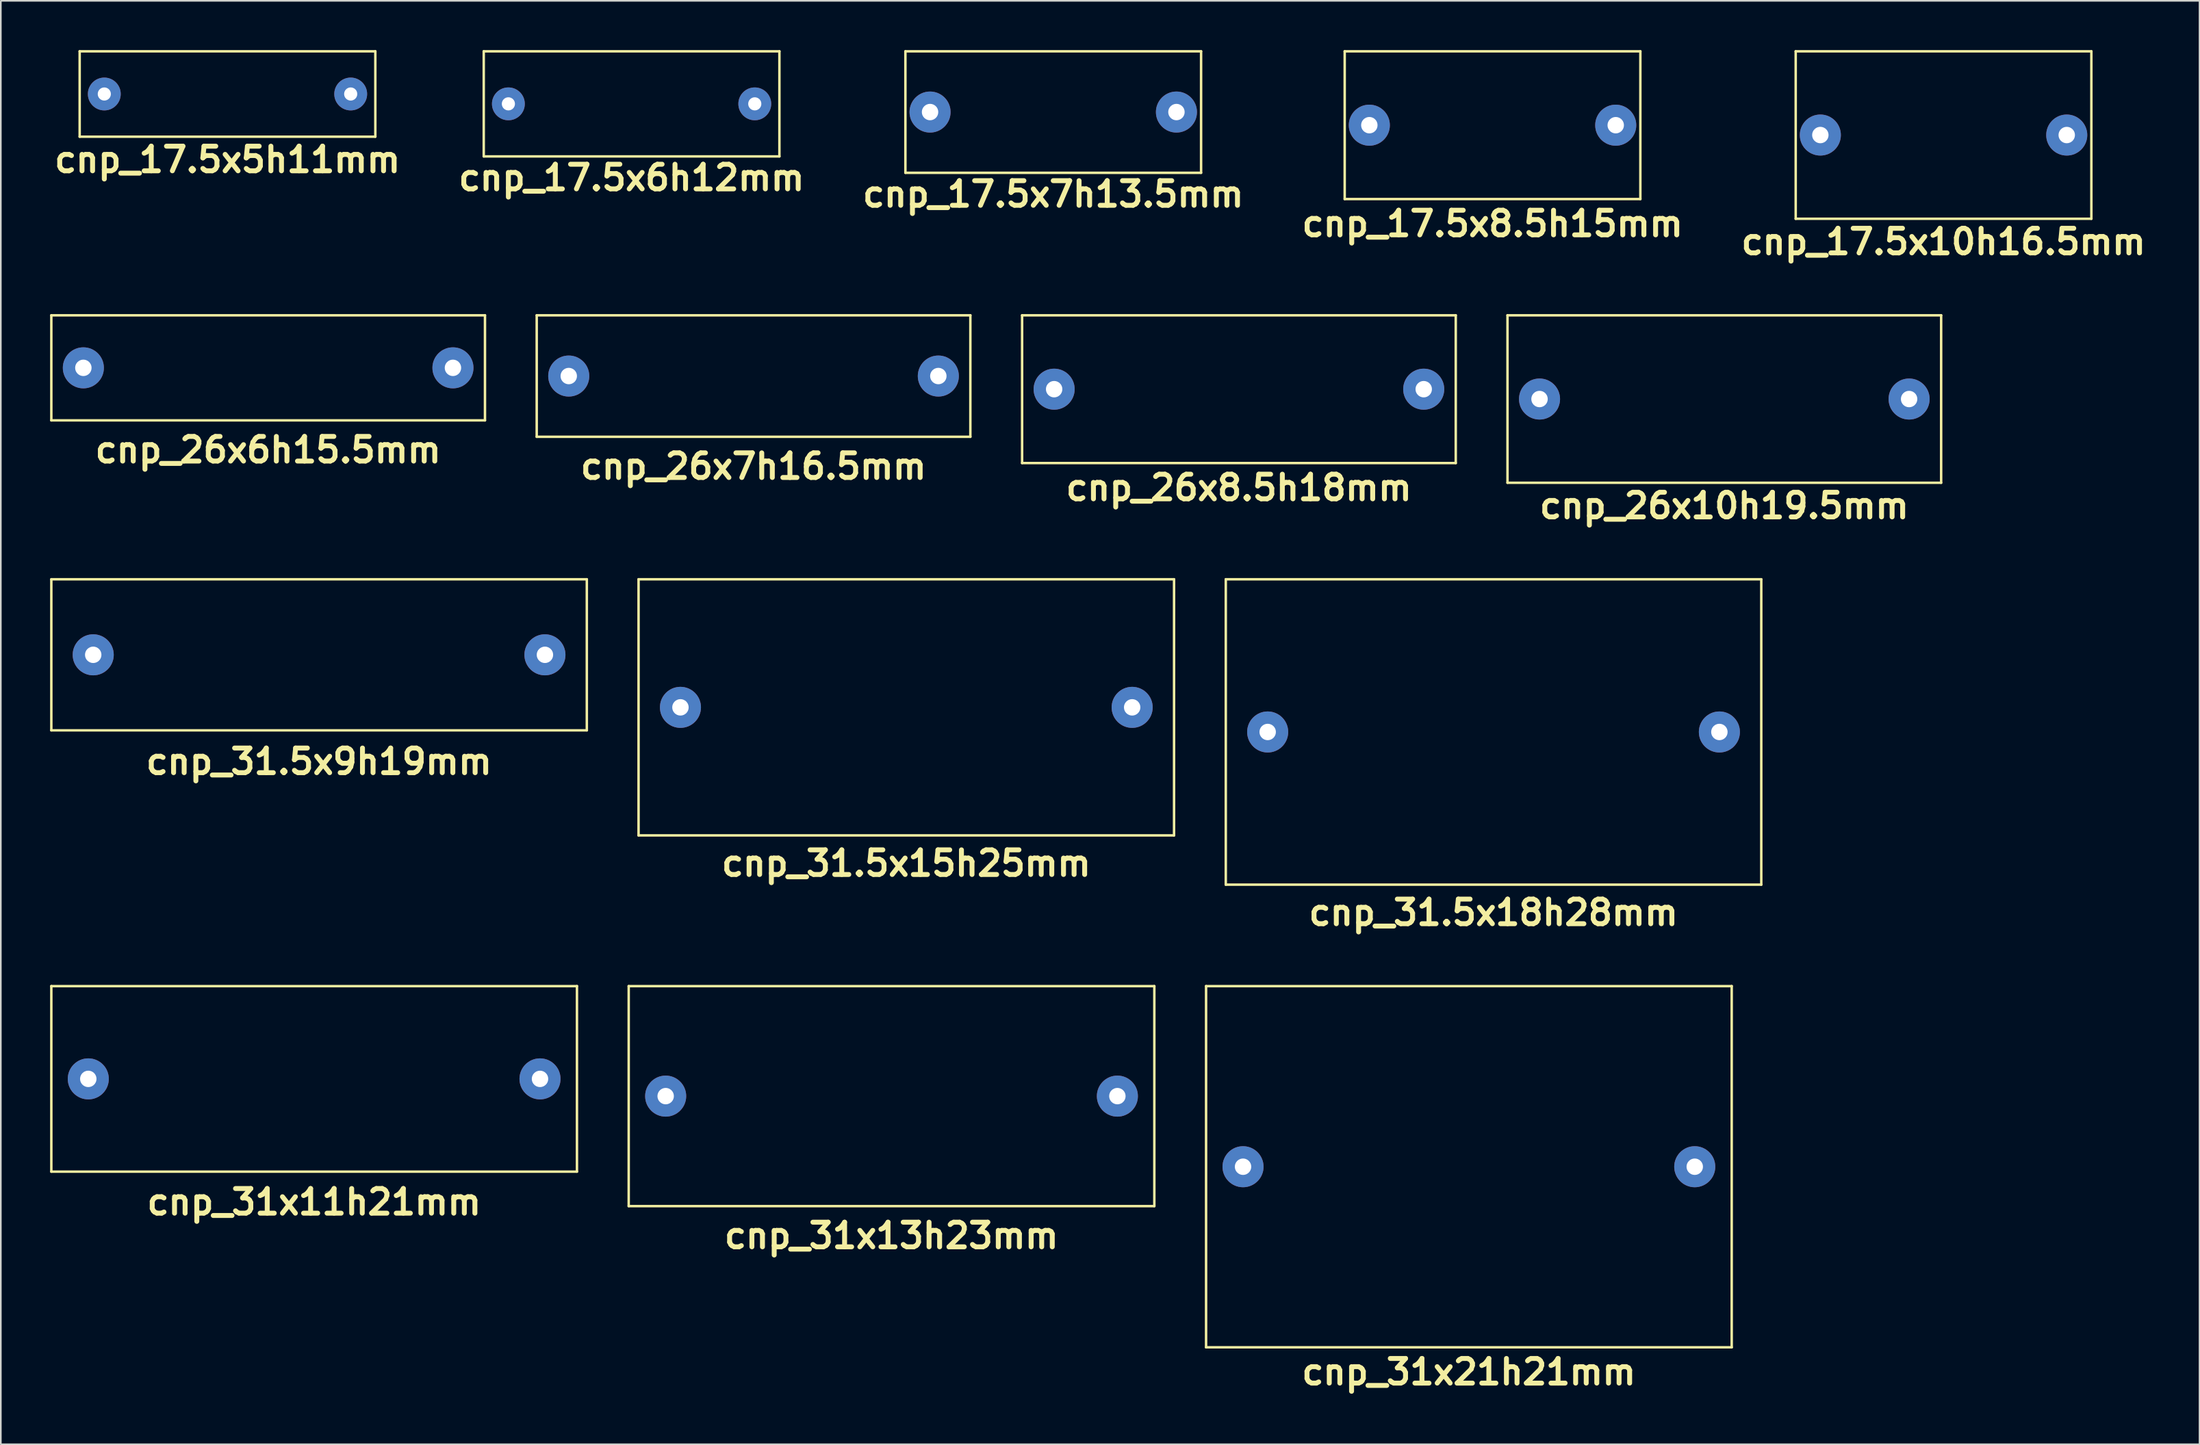
<source format=kicad_pcb>
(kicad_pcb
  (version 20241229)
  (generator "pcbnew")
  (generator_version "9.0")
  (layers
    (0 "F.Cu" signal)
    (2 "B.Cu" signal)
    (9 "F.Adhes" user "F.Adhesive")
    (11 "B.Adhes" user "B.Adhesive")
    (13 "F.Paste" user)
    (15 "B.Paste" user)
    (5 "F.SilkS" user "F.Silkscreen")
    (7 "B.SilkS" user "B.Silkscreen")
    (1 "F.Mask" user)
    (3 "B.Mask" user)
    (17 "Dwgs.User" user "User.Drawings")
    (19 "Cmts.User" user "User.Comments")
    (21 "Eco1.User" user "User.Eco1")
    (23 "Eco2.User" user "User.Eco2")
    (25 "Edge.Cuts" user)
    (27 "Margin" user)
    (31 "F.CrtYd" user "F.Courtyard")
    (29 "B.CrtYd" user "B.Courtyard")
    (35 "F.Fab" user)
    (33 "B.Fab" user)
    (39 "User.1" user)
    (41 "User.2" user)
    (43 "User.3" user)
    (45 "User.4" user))
  (footprint "cnp_26x6h15.5mm"
    (layer "F.Cu")
    (at 13.275 19.354)
    (property "Reference" "cnp_26x6h15.5mm" (at 0 5 0) (layer "F.SilkS") (effects (font (size 1.5 1.5) (thickness 0.3))))
    (attr through_hole)
    (fp_line (start -13.2 -3.2) (end 13.2 -3.2) (stroke (width 0.15) (type solid)) (layer "F.SilkS"))
    (fp_line (start -13.2 3.2) (end -13.2 -3.2) (stroke (width 0.15) (type solid)) (layer "F.SilkS"))
    (fp_line (start 13.2 -3.2) (end 13.2 3.2) (stroke (width 0.15) (type solid)) (layer "F.SilkS"))
    (fp_line (start 13.2 3.2) (end -13.2 3.2) (stroke (width 0.15) (type solid)) (layer "F.SilkS"))
    (pad "1" thru_hole circle (at 11.25 0) (size 2.5 2.5) (drill 1) (layers "*.Cu" "*.Mask"))
    (pad "2" thru_hole circle (at -11.25 0) (size 2.5 2.5) (drill 1) (layers "*.Cu" "*.Mask")))
  (footprint "cnp_31x13h23mm"
    (layer "F.Cu")
    (at 51.225 63.712)
    (property "Reference" "cnp_31x13h23mm" (at 0 8.5 0) (layer "F.SilkS") (effects (font (size 1.5 1.5) (thickness 0.3))))
    (attr through_hole)
    (fp_line (start -16 -6.7) (end 16 -6.7) (stroke (width 0.15) (type solid)) (layer "F.SilkS"))
    (fp_line (start -16 6.7) (end -16 -6.7) (stroke (width 0.15) (type solid)) (layer "F.SilkS"))
    (fp_line (start 16 -6.7) (end 16 6.7) (stroke (width 0.15) (type solid)) (layer "F.SilkS"))
    (fp_line (start 16 6.7) (end -16 6.7) (stroke (width 0.15) (type solid)) (layer "F.SilkS"))
    (pad "1" thru_hole circle (at 13.75 0) (size 2.5 2.5) (drill 1) (layers "*.Cu" "*.Mask"))
    (pad "2" thru_hole circle (at -13.75 0) (size 2.5 2.5) (drill 1) (layers "*.Cu" "*.Mask")))
  (footprint "cnp_17.5x8.5h15mm"
    (layer "F.Cu")
    (at 87.814 4.575)
    (property "Reference" "cnp_17.5x8.5h15mm" (at 0 6 0) (layer "F.SilkS") (effects (font (size 1.5 1.5) (thickness 0.3))))
    (attr through_hole)
    (fp_line (start -9 -4.5) (end 9 -4.5) (stroke (width 0.15) (type solid)) (layer "F.SilkS"))
    (fp_line (start -9 4.5) (end -9 -4.5) (stroke (width 0.15) (type solid)) (layer "F.SilkS"))
    (fp_line (start 9 -4.5) (end 9 4.5) (stroke (width 0.15) (type solid)) (layer "F.SilkS"))
    (fp_line (start 9 4.5) (end -9 4.5) (stroke (width 0.15) (type solid)) (layer "F.SilkS"))
    (pad "1" thru_hole circle (at 7.5 0) (size 2.5 2.5) (drill 1) (layers "*.Cu" "*.Mask"))
    (pad "2" thru_hole circle (at -7.5 0) (size 2.5 2.5) (drill 1) (layers "*.Cu" "*.Mask")))
  (footprint "cnp_17.5x10h16.5mm"
    (layer "F.Cu")
    (at 115.271 5.175)
    (property "Reference" "cnp_17.5x10h16.5mm" (at 0 6.5 0) (layer "F.SilkS") (effects (font (size 1.5 1.5) (thickness 0.3))))
    (attr through_hole)
    (fp_line (start -9 -5.1) (end 9 -5.1) (stroke (width 0.15) (type solid)) (layer "F.SilkS"))
    (fp_line (start -9 5.1) (end -9 -5.1) (stroke (width 0.15) (type solid)) (layer "F.SilkS"))
    (fp_line (start 9 -5.1) (end 9 5.1) (stroke (width 0.15) (type solid)) (layer "F.SilkS"))
    (fp_line (start 9 5.1) (end -9 5.1) (stroke (width 0.15) (type solid)) (layer "F.SilkS"))
    (pad "1" thru_hole circle (at 7.5 0) (size 2.5 2.5) (drill 1) (layers "*.Cu" "*.Mask"))
    (pad "2" thru_hole circle (at -7.5 0) (size 2.5 2.5) (drill 1) (layers "*.Cu" "*.Mask")))
  (footprint "cnp_31.5x15h25mm"
    (layer "F.Cu")
    (at 52.125 40.033)
    (property "Reference" "cnp_31.5x15h25mm" (at 0 9.5 0) (layer "F.SilkS") (effects (font (size 1.5 1.5) (thickness 0.3))))
    (attr through_hole)
    (fp_line (start -16.3 -7.8) (end 16.3 -7.8) (stroke (width 0.15) (type solid)) (layer "F.SilkS"))
    (fp_line (start -16.3 7.8) (end -16.3 -7.8) (stroke (width 0.15) (type solid)) (layer "F.SilkS"))
    (fp_line (start 16.3 -7.8) (end 16.3 7.8) (stroke (width 0.15) (type solid)) (layer "F.SilkS"))
    (fp_line (start 16.3 7.8) (end -16.3 7.8) (stroke (width 0.15) (type solid)) (layer "F.SilkS"))
    (pad "1" thru_hole circle (at 13.75 0) (size 2.5 2.5) (drill 1) (layers "*.Cu" "*.Mask"))
    (pad "2" thru_hole circle (at -13.75 0) (size 2.5 2.5) (drill 1) (layers "*.Cu" "*.Mask")))
  (footprint "cnp_26x8.5h18mm"
    (layer "F.Cu")
    (at 72.375 20.654)
    (property "Reference" "cnp_26x8.5h18mm" (at 0 6 0) (layer "F.SilkS") (effects (font (size 1.5 1.5) (thickness 0.3))))
    (attr through_hole)
    (fp_line (start -13.2 -4.5) (end 13.2 -4.5) (stroke (width 0.15) (type solid)) (layer "F.SilkS"))
    (fp_line (start -13.2 4.5) (end -13.2 -4.5) (stroke (width 0.15) (type solid)) (layer "F.SilkS"))
    (fp_line (start 13.2 -4.5) (end 13.2 4.5) (stroke (width 0.15) (type solid)) (layer "F.SilkS"))
    (fp_line (start 13.2 4.5) (end -13.2 4.5) (stroke (width 0.15) (type solid)) (layer "F.SilkS"))
    (pad "1" thru_hole circle (at 11.25 0) (size 2.5 2.5) (drill 1) (layers "*.Cu" "*.Mask"))
    (pad "2" thru_hole circle (at -11.25 0) (size 2.5 2.5) (drill 1) (layers "*.Cu" "*.Mask")))
  (footprint "cnp_31x21h21mm"
    (layer "F.Cu")
    (at 86.375 68.012)
    (property "Reference" "cnp_31x21h21mm" (at 0 12.5 0) (layer "F.SilkS") (effects (font (size 1.5 1.5) (thickness 0.3))))
    (attr through_hole)
    (fp_line (start -16 -11) (end 16 -11) (stroke (width 0.15) (type solid)) (layer "F.SilkS"))
    (fp_line (start -16 11) (end -16 -11) (stroke (width 0.15) (type solid)) (layer "F.SilkS"))
    (fp_line (start 16 -11) (end 16 11) (stroke (width 0.15) (type solid)) (layer "F.SilkS"))
    (fp_line (start 16 11) (end -16 11) (stroke (width 0.15) (type solid)) (layer "F.SilkS"))
    (pad "1" thru_hole circle (at 13.75 0) (size 2.5 2.5) (drill 1) (layers "*.Cu" "*.Mask"))
    (pad "2" thru_hole circle (at -13.75 0) (size 2.5 2.5) (drill 1) (layers "*.Cu" "*.Mask")))
  (footprint "cnp_17.5x7h13.5mm"
    (layer "F.Cu")
    (at 61.071 3.775)
    (property "Reference" "cnp_17.5x7h13.5mm" (at 0 5 0) (layer "F.SilkS") (effects (font (size 1.5 1.5) (thickness 0.3))))
    (attr through_hole)
    (fp_line (start -9 -3.7) (end 9 -3.7) (stroke (width 0.15) (type solid)) (layer "F.SilkS"))
    (fp_line (start -9 3.7) (end -9 -3.7) (stroke (width 0.15) (type solid)) (layer "F.SilkS"))
    (fp_line (start 9 -3.7) (end 9 3.7) (stroke (width 0.15) (type solid)) (layer "F.SilkS"))
    (fp_line (start 9 3.7) (end -9 3.7) (stroke (width 0.15) (type solid)) (layer "F.SilkS"))
    (pad "1" thru_hole circle (at 7.5 0) (size 2.5 2.5) (drill 1) (layers "*.Cu" "*.Mask"))
    (pad "2" thru_hole circle (at -7.5 0) (size 2.5 2.5) (drill 1) (layers "*.Cu" "*.Mask")))
  (footprint "cnp_31x11h21mm"
    (layer "F.Cu")
    (at 16.075 62.662)
    (property "Reference" "cnp_31x11h21mm" (at 0 7.5 0) (layer "F.SilkS") (effects (font (size 1.5 1.5) (thickness 0.3))))
    (attr through_hole)
    (fp_line (start -16 -5.65) (end 16 -5.65) (stroke (width 0.15) (type solid)) (layer "F.SilkS"))
    (fp_line (start -16 5.65) (end -16 -5.65) (stroke (width 0.15) (type solid)) (layer "F.SilkS"))
    (fp_line (start 16 -5.65) (end 16 5.65) (stroke (width 0.15) (type solid)) (layer "F.SilkS"))
    (fp_line (start 16 5.65) (end -16 5.65) (stroke (width 0.15) (type solid)) (layer "F.SilkS"))
    (pad "1" thru_hole circle (at 13.75 0) (size 2.5 2.5) (drill 1) (layers "*.Cu" "*.Mask"))
    (pad "2" thru_hole circle (at -13.75 0) (size 2.5 2.5) (drill 1) (layers "*.Cu" "*.Mask")))
  (footprint "cnp_26x7h16.5mm"
    (layer "F.Cu")
    (at 42.825 19.854)
    (property "Reference" "cnp_26x7h16.5mm" (at 0 5.5 0) (layer "F.SilkS") (effects (font (size 1.5 1.5) (thickness 0.3))))
    (attr through_hole)
    (fp_line (start -13.2 -3.7) (end 13.2 -3.7) (stroke (width 0.15) (type solid)) (layer "F.SilkS"))
    (fp_line (start -13.2 3.7) (end -13.2 -3.7) (stroke (width 0.15) (type solid)) (layer "F.SilkS"))
    (fp_line (start 13.2 -3.7) (end 13.2 3.7) (stroke (width 0.15) (type solid)) (layer "F.SilkS"))
    (fp_line (start 13.2 3.7) (end -13.2 3.7) (stroke (width 0.15) (type solid)) (layer "F.SilkS"))
    (pad "1" thru_hole circle (at 11.25 0) (size 2.5 2.5) (drill 1) (layers "*.Cu" "*.Mask"))
    (pad "2" thru_hole circle (at -11.25 0) (size 2.5 2.5) (drill 1) (layers "*.Cu" "*.Mask")))
  (footprint "cnp_31.5x9h19mm"
    (layer "F.Cu")
    (at 16.375 36.833)
    (property "Reference" "cnp_31.5x9h19mm" (at 0 6.5 0) (layer "F.SilkS") (effects (font (size 1.5 1.5) (thickness 0.3))))
    (attr through_hole)
    (fp_line (start -16.3 -4.6) (end 16.3 -4.6) (stroke (width 0.15) (type solid)) (layer "F.SilkS"))
    (fp_line (start -16.3 4.6) (end -16.3 -4.6) (stroke (width 0.15) (type solid)) (layer "F.SilkS"))
    (fp_line (start 16.3 -4.6) (end 16.3 4.6) (stroke (width 0.15) (type solid)) (layer "F.SilkS"))
    (fp_line (start 16.3 4.6) (end -16.3 4.6) (stroke (width 0.15) (type solid)) (layer "F.SilkS"))
    (pad "1" thru_hole circle (at 13.75 0) (size 2.5 2.5) (drill 1) (layers "*.Cu" "*.Mask"))
    (pad "2" thru_hole circle (at -13.75 0) (size 2.5 2.5) (drill 1) (layers "*.Cu" "*.Mask")))
  (footprint "cnp_26x10h19.5mm"
    (layer "F.Cu")
    (at 101.925 21.254)
    (property "Reference" "cnp_26x10h19.5mm" (at 0 6.5 0) (layer "F.SilkS") (effects (font (size 1.5 1.5) (thickness 0.3))))
    (attr through_hole)
    (fp_line (start -13.2 -5.1) (end 13.2 -5.1) (stroke (width 0.15) (type solid)) (layer "F.SilkS"))
    (fp_line (start -13.2 5.1) (end -13.2 -5.1) (stroke (width 0.15) (type solid)) (layer "F.SilkS"))
    (fp_line (start 13.2 -5.1) (end 13.2 5.1) (stroke (width 0.15) (type solid)) (layer "F.SilkS"))
    (fp_line (start 13.2 5.1) (end -13.2 5.1) (stroke (width 0.15) (type solid)) (layer "F.SilkS"))
    (pad "1" thru_hole circle (at 11.25 0) (size 2.5 2.5) (drill 1) (layers "*.Cu" "*.Mask"))
    (pad "2" thru_hole circle (at -11.25 0) (size 2.5 2.5) (drill 1) (layers "*.Cu" "*.Mask")))
  (footprint "cnp_17.5x5h11mm"
    (layer "F.Cu")
    (at 10.8 2.675)
    (property "Reference" "cnp_17.5x5h11mm" (at 0 4 0) (layer "F.SilkS") (effects (font (size 1.5 1.5) (thickness 0.3))))
    (attr through_hole)
    (fp_line (start -9 -2.6) (end 9 -2.6) (stroke (width 0.15) (type solid)) (layer "F.SilkS"))
    (fp_line (start -9 2.6) (end -9 -2.6) (stroke (width 0.15) (type solid)) (layer "F.SilkS"))
    (fp_line (start 9 -2.6) (end 9 2.6) (stroke (width 0.15) (type solid)) (layer "F.SilkS"))
    (fp_line (start 9 2.6) (end -9 2.6) (stroke (width 0.15) (type solid)) (layer "F.SilkS"))
    (pad "1" thru_hole circle (at 7.5 0) (size 2 2) (drill 0.8) (layers "*.Cu" "*.Mask"))
    (pad "2" thru_hole circle (at -7.5 0) (size 2 2) (drill 0.8) (layers "*.Cu" "*.Mask")))
  (footprint "cnp_17.5x6h12mm"
    (layer "F.Cu")
    (at 35.4 3.275)
    (property "Reference" "cnp_17.5x6h12mm" (at 0 4.5 0) (layer "F.SilkS") (effects (font (size 1.5 1.5) (thickness 0.3))))
    (attr through_hole)
    (fp_line (start -9 -3.2) (end 9 -3.2) (stroke (width 0.15) (type solid)) (layer "F.SilkS"))
    (fp_line (start -9 3.2) (end -9 -3.2) (stroke (width 0.15) (type solid)) (layer "F.SilkS"))
    (fp_line (start 9 -3.2) (end 9 3.2) (stroke (width 0.15) (type solid)) (layer "F.SilkS"))
    (fp_line (start 9 3.2) (end -9 3.2) (stroke (width 0.15) (type solid)) (layer "F.SilkS"))
    (pad "1" thru_hole circle (at 7.5 0) (size 2 2) (drill 0.8) (layers "*.Cu" "*.Mask"))
    (pad "2" thru_hole circle (at -7.5 0) (size 2 2) (drill 0.8) (layers "*.Cu" "*.Mask")))
  (footprint "cnp_31.5x18h28mm"
    (layer "F.Cu")
    (at 87.875 41.533)
    (property "Reference" "cnp_31.5x18h28mm" (at 0 11 0) (layer "F.SilkS") (effects (font (size 1.5 1.5) (thickness 0.3))))
    (attr through_hole)
    (fp_line (start -16.3 -9.3) (end 16.3 -9.3) (stroke (width 0.15) (type solid)) (layer "F.SilkS"))
    (fp_line (start -16.3 9.3) (end -16.3 -9.3) (stroke (width 0.15) (type solid)) (layer "F.SilkS"))
    (fp_line (start 16.3 -9.3) (end 16.3 9.3) (stroke (width 0.15) (type solid)) (layer "F.SilkS"))
    (fp_line (start 16.3 9.3) (end -16.3 9.3) (stroke (width 0.15) (type solid)) (layer "F.SilkS"))
    (pad "1" thru_hole circle (at 13.75 0) (size 2.5 2.5) (drill 1) (layers "*.Cu" "*.Mask"))
    (pad "2" thru_hole circle (at -13.75 0) (size 2.5 2.5) (drill 1) (layers "*.Cu" "*.Mask")))
  (gr_rect
    (start -3 -3)
    (end 130.857 84.916)
    (stroke (width 0.1) (type default))
    (fill no)
    (layer "Edge.Cuts")))
</source>
